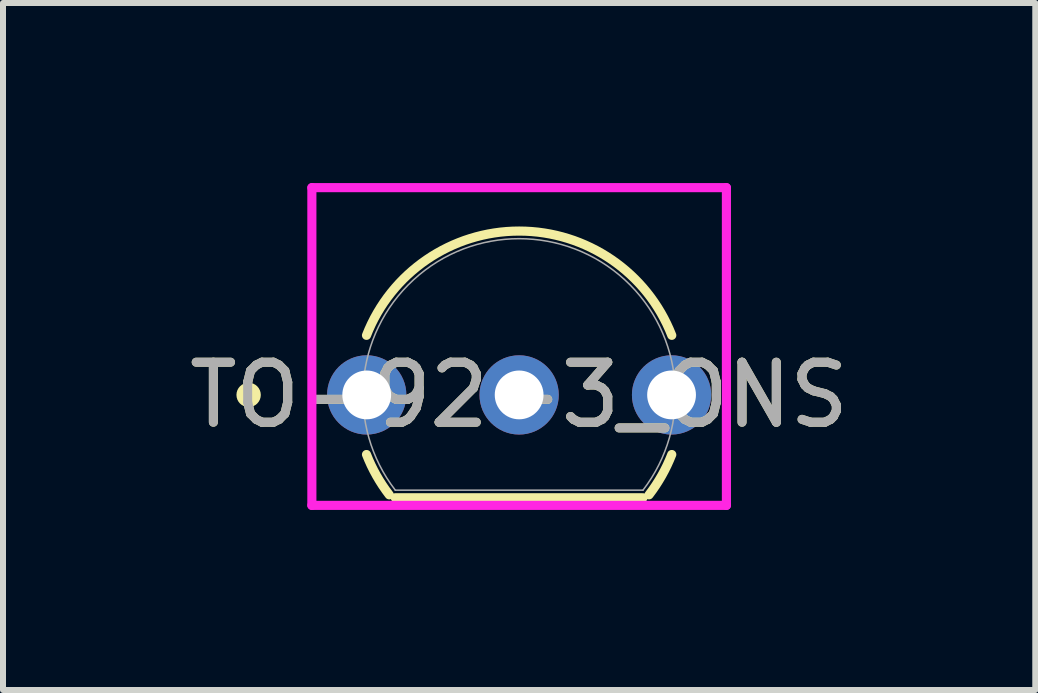
<source format=kicad_pcb>
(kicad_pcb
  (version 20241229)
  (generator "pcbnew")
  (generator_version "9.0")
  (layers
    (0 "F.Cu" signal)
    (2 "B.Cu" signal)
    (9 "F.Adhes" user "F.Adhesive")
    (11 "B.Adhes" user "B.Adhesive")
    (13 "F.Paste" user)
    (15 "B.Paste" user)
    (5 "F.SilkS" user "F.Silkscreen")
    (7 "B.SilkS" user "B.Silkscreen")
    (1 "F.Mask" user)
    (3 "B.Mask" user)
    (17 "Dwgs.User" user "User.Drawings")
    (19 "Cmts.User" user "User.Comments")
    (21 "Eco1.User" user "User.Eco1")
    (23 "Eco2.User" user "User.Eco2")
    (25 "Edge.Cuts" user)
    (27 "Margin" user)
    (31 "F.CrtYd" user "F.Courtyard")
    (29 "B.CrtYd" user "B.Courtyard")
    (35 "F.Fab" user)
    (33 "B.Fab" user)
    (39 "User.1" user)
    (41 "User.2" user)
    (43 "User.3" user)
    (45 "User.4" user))
  (footprint "TO-92-3_ONS"
    (layer "F.Cu")
    (at 3.061 3.531)
    (property "Reference" "TO-92-3_ONS" (at 2.54 0 0) (unlocked yes) (layer "F.SilkS") (effects (font (size 1 1) (thickness 0.15))))
    (attr through_hole)
    (fp_line (start 0.476 1.714) (end 4.604 1.714) (stroke (width 0.152) (type solid)) (layer "F.SilkS"))
    (fp_arc (start -0.003485 -0.993134) (mid 2.54 -2.7305) (end 5.083485 -0.993134) (stroke (width 0.1524) (type solid)) (layer "F.SilkS"))
    (fp_arc (start 0.375836 1.66494) (mid 0.162329 1.342502) (end -0.003484 0.993136) (stroke (width 0.1524) (type solid)) (layer "F.SilkS"))
    (fp_arc (start 5.083485 0.993134) (mid 4.917671 1.342502) (end 4.704164 1.66494) (stroke (width 0.1524) (type solid)) (layer "F.SilkS"))
    (fp_circle (center -1.968 0) (end -1.841 0) (stroke (width 0.152) (type solid)) (fill no) (layer "F.SilkS"))
    (fp_line (start -0.914 -3.454) (end 5.994 -3.454) (stroke (width 0.152) (type solid)) (layer "F.CrtYd"))
    (fp_line (start -0.914 1.841) (end -0.914 -3.454) (stroke (width 0.152) (type solid)) (layer "F.CrtYd"))
    (fp_line (start 5.994 -3.454) (end 5.994 1.841) (stroke (width 0.152) (type solid)) (layer "F.CrtYd"))
    (fp_line (start 5.994 1.841) (end -0.914 1.841) (stroke (width 0.152) (type solid)) (layer "F.CrtYd"))
    (fp_line (start -0.254 0) (end 0.254 0) (stroke (width 0.152) (type solid)) (layer "F.Fab"))
    (fp_line (start 0 0.254) (end 0 -0.254) (stroke (width 0.152) (type solid)) (layer "F.Fab"))
    (fp_line (start 0.476 1.587) (end 4.604 1.587) (stroke (width 0.025) (type solid)) (layer "F.Fab"))
    (fp_arc (start 0.476493 1.587499) (mid 2.540001 -2.6035) (end 4.603506 1.5875) (stroke (width 0.0254) (type solid)) (layer "F.Fab"))
    (fp_circle (center 0.191 0) (end 0.318 0) (stroke (width 0.025) (type solid)) (fill no) (layer "F.Fab"))
    (fp_text user "${REFERENCE}" (at 2.54 0 0) (unlocked yes) (layer "F.Fab") (effects (font (size 1 1) (thickness 0.15))))
    (pad "1" thru_hole circle (at 0 0) (size 1.321 1.321) (drill 0.813) (layers "*.Cu" "*.Mask"))
    (pad "2" thru_hole circle (at 2.54 0) (size 1.321 1.321) (drill 0.813) (layers "*.Cu" "*.Mask"))
    (pad "3" thru_hole circle (at 5.08 0) (size 1.321 1.321) (drill 0.813) (layers "*.Cu" "*.Mask")))
  (gr_rect
    (start -3 -3)
    (end 14.202 8.448)
    (stroke (width 0.1) (type default))
    (fill no)
    (layer "Edge.Cuts")))
</source>
